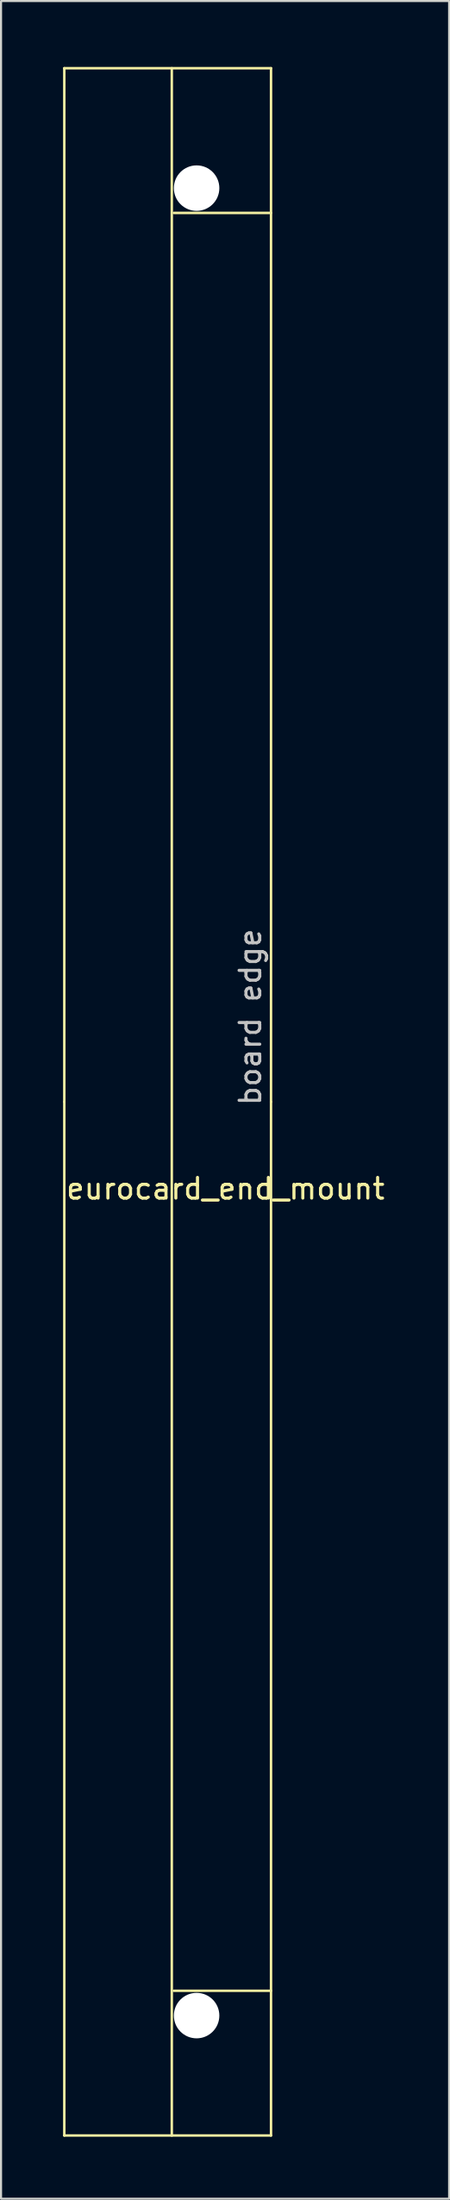
<source format=kicad_pcb>
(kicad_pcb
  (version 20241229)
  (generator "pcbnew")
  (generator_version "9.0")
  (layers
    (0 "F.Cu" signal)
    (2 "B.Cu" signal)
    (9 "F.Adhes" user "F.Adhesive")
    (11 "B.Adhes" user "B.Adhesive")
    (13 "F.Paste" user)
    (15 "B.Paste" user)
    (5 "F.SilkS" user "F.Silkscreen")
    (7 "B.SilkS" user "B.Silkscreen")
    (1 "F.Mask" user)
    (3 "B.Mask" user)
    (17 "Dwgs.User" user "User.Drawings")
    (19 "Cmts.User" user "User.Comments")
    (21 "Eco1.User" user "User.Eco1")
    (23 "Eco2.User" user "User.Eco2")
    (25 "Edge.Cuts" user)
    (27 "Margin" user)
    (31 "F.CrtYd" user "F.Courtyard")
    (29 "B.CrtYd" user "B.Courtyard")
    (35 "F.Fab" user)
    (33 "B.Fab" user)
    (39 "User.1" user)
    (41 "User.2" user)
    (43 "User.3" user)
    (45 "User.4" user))
  (footprint "eurocard_end_mount"
    (layer "F.Cu")
    (at 10.06 0.25)
    (property "Reference" "eurocard_end_mount" (at -2.2 54.2 0) (layer "F.SilkS") (effects (font (size 1 1) (thickness 0.15))))
    (attr through_hole)
    (fp_line (start -10 0) (end 0 0) (stroke (width 0.12) (type solid)) (layer "F.SilkS"))
    (fp_line (start -10 50) (end -10 0) (stroke (width 0.12) (type solid)) (layer "F.SilkS"))
    (fp_line (start -10 100) (end -10 50) (stroke (width 0.12) (type solid)) (layer "F.SilkS"))
    (fp_line (start -4.8 0) (end -4.8 100) (stroke (width 0.12) (type solid)) (layer "F.SilkS"))
    (fp_line (start -4.7 93) (end 0 93) (stroke (width 0.12) (type solid)) (layer "F.SilkS"))
    (fp_line (start 0 0) (end 0 50) (stroke (width 0.12) (type solid)) (layer "F.SilkS"))
    (fp_line (start 0 7) (end -4.7 7) (stroke (width 0.12) (type solid)) (layer "F.SilkS"))
    (fp_line (start 0 50) (end 0 100) (stroke (width 0.12) (type solid)) (layer "F.SilkS"))
    (fp_line (start 0 100) (end -10 100) (stroke (width 0.12) (type solid)) (layer "F.SilkS"))
    (fp_text user "board edge" (at -1 45.9 90) (layer "Dwgs.User") (effects (font (size 1 1) (thickness 0.15))))
    (pad "" np_thru_hole circle (at -3.6 5.8) (size 2.2 2.2) (drill 2.2) (layers "*.Cu" "*.Mask"))
    (pad "" np_thru_hole circle (at -3.6 94.2) (size 2.2 2.2) (drill 2.2) (layers "*.Cu" "*.Mask")))
  (gr_rect
    (start -3 -3)
    (end 18.675 103.31)
    (stroke (width 0.1) (type default))
    (fill no)
    (layer "Edge.Cuts")))
</source>
